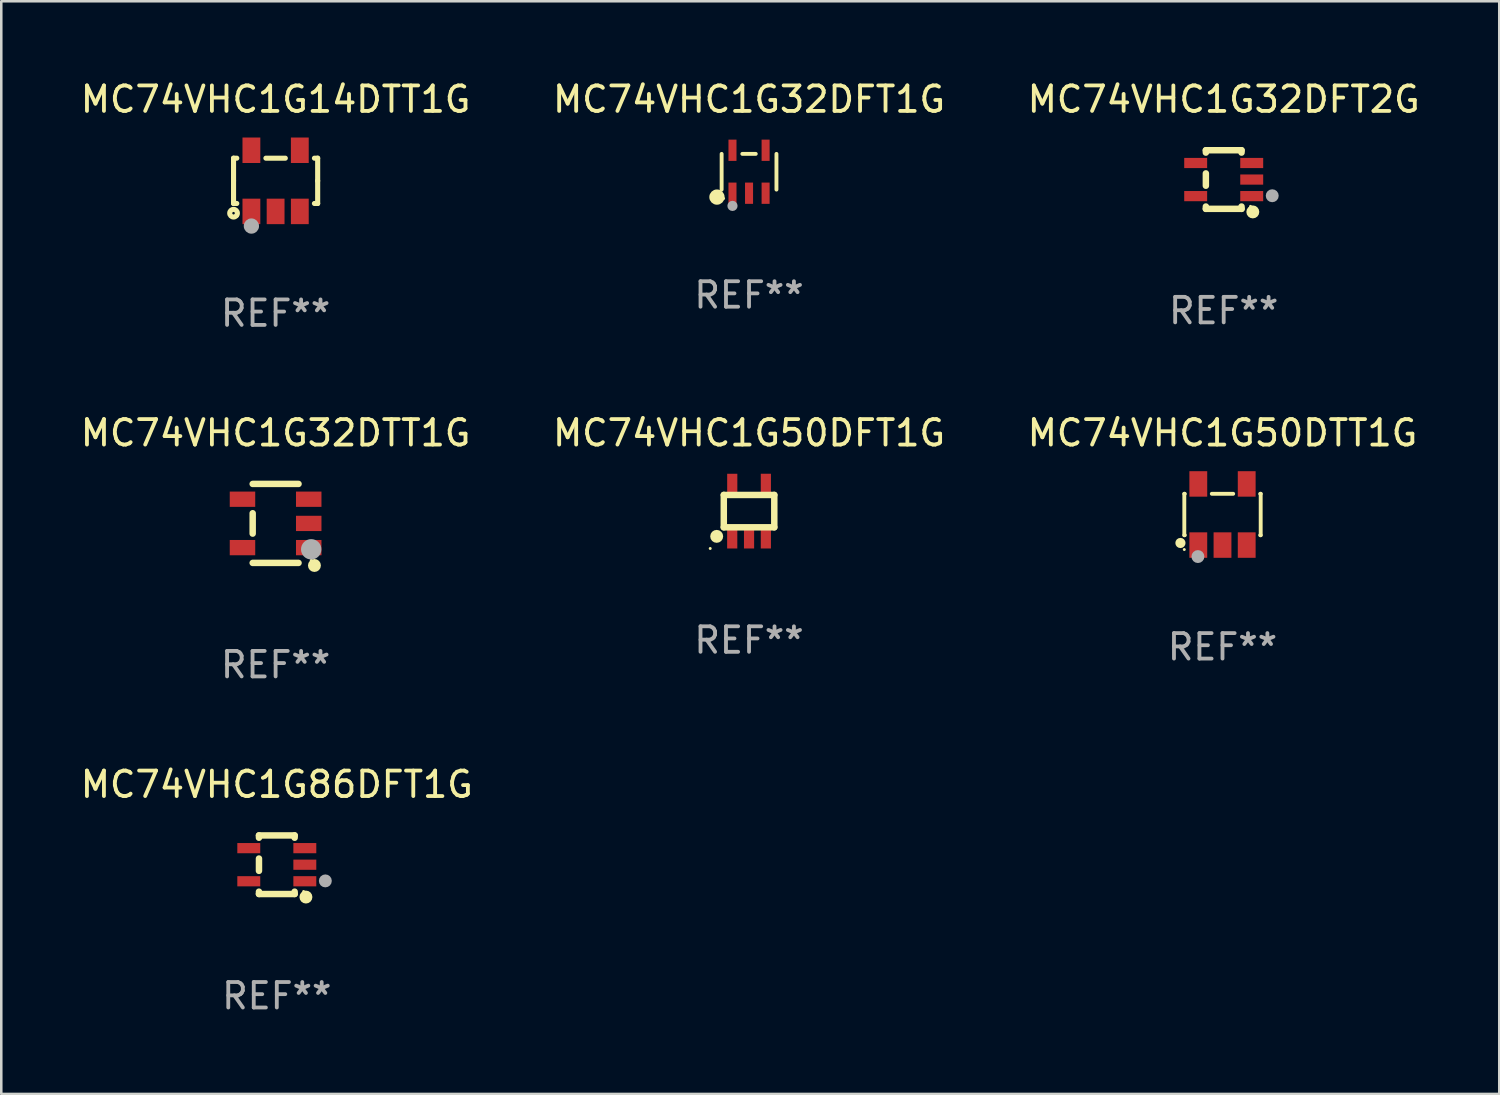
<source format=kicad_pcb>
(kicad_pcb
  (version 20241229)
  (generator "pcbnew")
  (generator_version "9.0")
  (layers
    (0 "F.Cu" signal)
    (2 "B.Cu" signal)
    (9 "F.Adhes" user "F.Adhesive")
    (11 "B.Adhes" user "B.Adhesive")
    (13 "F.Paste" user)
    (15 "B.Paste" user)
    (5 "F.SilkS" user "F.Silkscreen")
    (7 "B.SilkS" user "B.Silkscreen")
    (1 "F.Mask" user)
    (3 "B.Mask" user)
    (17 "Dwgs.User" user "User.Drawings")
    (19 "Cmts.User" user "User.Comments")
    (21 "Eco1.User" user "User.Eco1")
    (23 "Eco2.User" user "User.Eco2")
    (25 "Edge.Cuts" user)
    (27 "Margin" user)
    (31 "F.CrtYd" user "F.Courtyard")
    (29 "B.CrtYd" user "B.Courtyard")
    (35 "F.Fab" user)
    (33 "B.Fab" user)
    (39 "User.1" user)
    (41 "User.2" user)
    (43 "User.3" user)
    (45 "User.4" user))
  (footprint "MC74VHC1G14DTT1G"
    (layer "F.Cu")
    (at 7.768 4.048)
    (property "Reference" "MC74VHC1G14DTT1G" (at 0 -3.2 0) (layer "F.SilkS") (effects (font (size 1 1) (thickness 0.15))))
    (attr through_hole)
    (fp_line (start -1.651 -0.889) (end -1.524 -0.889) (stroke (width 0.2) (type solid)) (layer "F.SilkS"))
    (fp_line (start -1.651 0) (end -1.651 -0.889) (stroke (width 0.2) (type solid)) (layer "F.SilkS"))
    (fp_line (start -1.651 0) (end -1.651 0.889) (stroke (width 0.2) (type solid)) (layer "F.SilkS"))
    (fp_line (start -1.651 0.889) (end -1.524 0.889) (stroke (width 0.2) (type solid)) (layer "F.SilkS"))
    (fp_line (start 0.381 -0.889) (end -0.381 -0.889) (stroke (width 0.2) (type solid)) (layer "F.SilkS"))
    (fp_line (start 1.651 -0.889) (end 1.524 -0.889) (stroke (width 0.2) (type solid)) (layer "F.SilkS"))
    (fp_line (start 1.651 0) (end 1.651 -0.889) (stroke (width 0.2) (type solid)) (layer "F.SilkS"))
    (fp_line (start 1.651 0) (end 1.651 0.889) (stroke (width 0.2) (type solid)) (layer "F.SilkS"))
    (fp_line (start 1.651 0.889) (end 1.524 0.889) (stroke (width 0.2) (type solid)) (layer "F.SilkS"))
    (fp_circle (center -1.651 1.27) (end -1.501 1.27) (stroke (width 0.2) (type solid)) (fill no) (layer "F.SilkS"))
    (fp_circle (center -1.5 1.375) (end -1.47 1.375) (stroke (width 0.06) (type solid)) (fill no) (layer "F.SilkS"))
    (fp_circle (center -0.95 1.775) (end -0.8 1.775) (stroke (width 0.3) (type solid)) (fill no) (layer "F.Fab"))
    (fp_text user "REF**" (at 0 5.2 0) (layer "F.Fab") (effects (font (size 1 1) (thickness 0.15))))
    (pad "1" smd rect (at -0.95 1.2) (size 0.7 1) (layers "F.Cu" "F.Mask" "F.Paste"))
    (pad "2" smd rect (at 0 1.2) (size 0.7 1) (layers "F.Cu" "F.Mask" "F.Paste"))
    (pad "3" smd rect (at 0.95 1.2) (size 0.7 1) (layers "F.Cu" "F.Mask" "F.Paste"))
    (pad "4" smd rect (at 0.95 -1.2) (size 0.7 1) (layers "F.Cu" "F.Mask" "F.Paste"))
    (pad "5" smd rect (at -0.95 -1.2) (size 0.7 1) (layers "F.Cu" "F.Mask" "F.Paste")))
  (footprint "MC74VHC1G86DFT1G"
    (layer "F.Cu")
    (at 7.815 30.891)
    (property "Reference" "MC74VHC1G86DFT1G" (at 0 -3.15 0) (layer "F.SilkS") (effects (font (size 1 1) (thickness 0.15))))
    (attr through_hole)
    (fp_line (start -0.7 -1.15) (end 0.7 -1.15) (stroke (width 0.254) (type solid)) (layer "F.SilkS"))
    (fp_line (start -0.7 -1.058) (end -0.7 -1.15) (stroke (width 0.254) (type solid)) (layer "F.SilkS"))
    (fp_line (start -0.7 0.242) (end -0.7 -0.242) (stroke (width 0.254) (type solid)) (layer "F.SilkS"))
    (fp_line (start -0.7 1.15) (end -0.7 1.058) (stroke (width 0.254) (type solid)) (layer "F.SilkS"))
    (fp_line (start -0.7 1.15) (end 0.7 1.15) (stroke (width 0.254) (type solid)) (layer "F.SilkS"))
    (fp_line (start 0.7 -1.058) (end 0.7 -1.15) (stroke (width 0.254) (type solid)) (layer "F.SilkS"))
    (fp_line (start 0.7 1.15) (end 0.7 1.058) (stroke (width 0.254) (type solid)) (layer "F.SilkS"))
    (fp_circle (center 1.053 1.052) (end 1.083 1.052) (stroke (width 0.06) (type solid)) (fill no) (layer "F.SilkS"))
    (fp_circle (center 1.143 1.27) (end 1.27 1.27) (stroke (width 0.254) (type solid)) (fill no) (layer "F.SilkS"))
    (fp_circle (center 1.905 0.635) (end 2.032 0.635) (stroke (width 0.254) (type solid)) (fill no) (layer "F.Fab"))
    (fp_text user "REF**" (at 0 5.15 0) (layer "F.Fab") (effects (font (size 1 1) (thickness 0.15))))
    (pad "1" smd rect (at 1.1 0.65 90) (size 0.4 0.9) (layers "F.Cu" "F.Mask" "F.Paste"))
    (pad "2" smd rect (at 1.1 0.000076 90) (size 0.4 0.9) (layers "F.Cu" "F.Mask" "F.Paste"))
    (pad "3" smd rect (at 1.1 -0.65 90) (size 0.4 0.9) (layers "F.Cu" "F.Mask" "F.Paste"))
    (pad "4" smd rect (at -1.1 -0.65 90) (size 0.4 0.9) (layers "F.Cu" "F.Mask" "F.Paste"))
    (pad "5" smd rect (at -1.1 0.65 90) (size 0.4 0.9) (layers "F.Cu" "F.Mask" "F.Paste")))
  (footprint "MC74VHC1G32DFT1G"
    (layer "F.Cu")
    (at 26.351 3.691)
    (property "Reference" "MC74VHC1G32DFT1G" (at 0 -2.843 0) (layer "F.SilkS") (effects (font (size 1 1) (thickness 0.15))))
    (attr through_hole)
    (fp_line (start -1.076 0.701) (end -1.076 -0.701) (stroke (width 0.152) (type solid)) (layer "F.SilkS"))
    (fp_line (start 0.264 -0.701) (end -0.264 -0.701) (stroke (width 0.152) (type solid)) (layer "F.SilkS"))
    (fp_line (start 1.076 0.701) (end 1.076 -0.701) (stroke (width 0.152) (type solid)) (layer "F.SilkS"))
    (fp_circle (center -1.26 0.995) (end -1.11 0.995) (stroke (width 0.3) (type solid)) (fill no) (layer "F.SilkS"))
    (fp_circle (center -1 1.05) (end -0.97 1.05) (stroke (width 0.06) (type solid)) (fill no) (layer "F.SilkS"))
    (fp_circle (center -0.65 1.341) (end -0.55 1.341) (stroke (width 0.2) (type solid)) (fill no) (layer "F.Fab"))
    (fp_text user "REF**" (at 0 4.843 0) (layer "F.Fab") (effects (font (size 1 1) (thickness 0.15))))
    (pad "1" smd rect (at -0.65 0.843) (size 0.315 0.835) (layers "F.Cu" "F.Mask" "F.Paste"))
    (pad "2" smd rect (at 0.00014 0.843) (size 0.315 0.835) (layers "F.Cu" "F.Mask" "F.Paste"))
    (pad "3" smd rect (at 0.65 0.843) (size 0.315 0.835) (layers "F.Cu" "F.Mask" "F.Paste"))
    (pad "4" smd rect (at 0.65 -0.843) (size 0.315 0.835) (layers "F.Cu" "F.Mask" "F.Paste"))
    (pad "5" smd rect (at -0.65 -0.843) (size 0.315 0.835) (layers "F.Cu" "F.Mask" "F.Paste")))
  (footprint "MC74VHC1G50DFT1G"
    (layer "F.Cu")
    (at 26.351 17.012)
    (property "Reference" "MC74VHC1G50DFT1G" (at 0 -3.067 0) (layer "F.SilkS") (effects (font (size 1 1) (thickness 0.15))))
    (attr through_hole)
    (fp_line (start -0.991 -0.635) (end 0.991 -0.635) (stroke (width 0.254) (type solid)) (layer "F.SilkS"))
    (fp_line (start -0.991 0.635) (end -0.991 -0.635) (stroke (width 0.254) (type solid)) (layer "F.SilkS"))
    (fp_line (start 0.991 -0.635) (end 0.991 0.635) (stroke (width 0.254) (type solid)) (layer "F.SilkS"))
    (fp_line (start 0.991 0.635) (end -0.991 0.635) (stroke (width 0.254) (type solid)) (layer "F.SilkS"))
    (fp_circle (center -1.524 1.467) (end -1.494 1.467) (stroke (width 0.06) (type solid)) (fill no) (layer "F.SilkS"))
    (fp_circle (center -1.27 0.991) (end -1.143 0.991) (stroke (width 0.254) (type solid)) (fill no) (layer "F.SilkS"))
    (fp_text user "REF**" (at 0 5.067 0) (layer "F.Fab") (effects (font (size 1 1) (thickness 0.15))))
    (pad "1" smd rect (at -0.66 1.067 90) (size 0.8 0.399) (layers "F.Cu" "F.Mask" "F.Paste"))
    (pad "2" smd rect (at 0 1.067 90) (size 0.8 0.399) (layers "F.Cu" "F.Mask" "F.Paste"))
    (pad "3" smd rect (at 0.66 1.067 90) (size 0.8 0.399) (layers "F.Cu" "F.Mask" "F.Paste"))
    (pad "4" smd rect (at 0.66 -1.067 90) (size 0.8 0.399) (layers "F.Cu" "F.Mask" "F.Paste"))
    (pad "5" smd rect (at -0.659 -1.066 90) (size 0.8 0.399) (layers "F.Cu" "F.Mask" "F.Paste")))
  (footprint "MC74VHC1G50DTT1G"
    (layer "F.Cu")
    (at 44.935 17.145)
    (property "Reference" "MC74VHC1G50DTT1G" (at 0 -3.2 0) (layer "F.SilkS") (effects (font (size 1 1) (thickness 0.15))))
    (attr through_hole)
    (fp_line (start -1.499 -0.813) (end -1.48 -0.813) (stroke (width 0.152) (type solid)) (layer "F.SilkS"))
    (fp_line (start -1.499 0.813) (end -1.499 -0.813) (stroke (width 0.152) (type solid)) (layer "F.SilkS"))
    (fp_line (start -1.48 0.813) (end -1.499 0.813) (stroke (width 0.152) (type solid)) (layer "F.SilkS"))
    (fp_line (start -0.42 -0.813) (end 0.42 -0.813) (stroke (width 0.152) (type solid)) (layer "F.SilkS"))
    (fp_line (start 1.48 -0.813) (end 1.499 -0.813) (stroke (width 0.152) (type solid)) (layer "F.SilkS"))
    (fp_line (start 1.499 -0.813) (end 1.499 0.813) (stroke (width 0.152) (type solid)) (layer "F.SilkS"))
    (fp_line (start 1.499 0.813) (end 1.48 0.813) (stroke (width 0.152) (type solid)) (layer "F.SilkS"))
    (fp_circle (center -1.651 1.118) (end -1.551 1.118) (stroke (width 0.2) (type solid)) (fill no) (layer "F.SilkS"))
    (fp_circle (center -1.5 1.375) (end -1.47 1.375) (stroke (width 0.06) (type solid)) (fill no) (layer "F.SilkS"))
    (fp_circle (center -0.965 1.651) (end -0.838 1.651) (stroke (width 0.254) (type solid)) (fill no) (layer "F.Fab"))
    (fp_text user "REF**" (at 0 5.2 0) (layer "F.Fab") (effects (font (size 1 1) (thickness 0.15))))
    (pad "1" smd rect (at -0.95 1.2) (size 0.7 1) (layers "F.Cu" "F.Mask" "F.Paste"))
    (pad "2" smd rect (at 0 1.2) (size 0.7 1) (layers "F.Cu" "F.Mask" "F.Paste"))
    (pad "3" smd rect (at 0.95 1.2) (size 0.7 1) (layers "F.Cu" "F.Mask" "F.Paste"))
    (pad "4" smd rect (at 0.95 -1.2) (size 0.7 1) (layers "F.Cu" "F.Mask" "F.Paste"))
    (pad "5" smd rect (at -0.95 -1.2) (size 0.7 1) (layers "F.Cu" "F.Mask" "F.Paste")))
  (footprint "MC74VHC1G32DTT1G"
    (layer "F.Cu")
    (at 7.768 17.495)
    (property "Reference" "MC74VHC1G32DTT1G" (at 0 -3.55 0) (layer "F.SilkS") (effects (font (size 1 1) (thickness 0.15))))
    (attr through_hole)
    (fp_line (start -0.9 -1.55) (end 0.9 -1.55) (stroke (width 0.254) (type solid)) (layer "F.SilkS"))
    (fp_line (start -0.9 0.4) (end -0.9 -0.4) (stroke (width 0.254) (type solid)) (layer "F.SilkS"))
    (fp_line (start -0.9 1.55) (end 0.9 1.55) (stroke (width 0.254) (type solid)) (layer "F.SilkS"))
    (fp_circle (center 1.4 1.45) (end 1.43 1.45) (stroke (width 0.06) (type solid)) (fill no) (layer "F.SilkS"))
    (fp_circle (center 1.524 1.651) (end 1.651 1.651) (stroke (width 0.254) (type solid)) (fill no) (layer "F.SilkS"))
    (fp_circle (center 1.397 1.016) (end 1.597 1.016) (stroke (width 0.4) (type solid)) (fill no) (layer "F.Fab"))
    (fp_text user "REF**" (at 0 5.55 0) (layer "F.Fab") (effects (font (size 1 1) (thickness 0.15))))
    (pad "1" smd rect (at 1.3 0.95) (size 1 0.6) (layers "F.Cu" "F.Mask" "F.Paste"))
    (pad "2" smd rect (at 1.3 -0.000051) (size 1 0.6) (layers "F.Cu" "F.Mask" "F.Paste"))
    (pad "3" smd rect (at 1.3 -0.95) (size 1 0.6) (layers "F.Cu" "F.Mask" "F.Paste"))
    (pad "4" smd rect (at -1.3 -0.95) (size 1 0.6) (layers "F.Cu" "F.Mask" "F.Paste"))
    (pad "5" smd rect (at -1.3 0.95) (size 1 0.6) (layers "F.Cu" "F.Mask" "F.Paste")))
  (footprint "MC74VHC1G32DFT2G"
    (layer "F.Cu")
    (at 44.982 3.998)
    (property "Reference" "MC74VHC1G32DFT2G" (at 0 -3.15 0) (layer "F.SilkS") (effects (font (size 1 1) (thickness 0.15))))
    (attr through_hole)
    (fp_line (start -0.7 -1.15) (end 0.7 -1.15) (stroke (width 0.254) (type solid)) (layer "F.SilkS"))
    (fp_line (start -0.7 -1.058) (end -0.7 -1.15) (stroke (width 0.254) (type solid)) (layer "F.SilkS"))
    (fp_line (start -0.7 0.242) (end -0.7 -0.242) (stroke (width 0.254) (type solid)) (layer "F.SilkS"))
    (fp_line (start -0.7 1.15) (end -0.7 1.058) (stroke (width 0.254) (type solid)) (layer "F.SilkS"))
    (fp_line (start -0.7 1.15) (end 0.7 1.15) (stroke (width 0.254) (type solid)) (layer "F.SilkS"))
    (fp_line (start 0.7 -1.058) (end 0.7 -1.15) (stroke (width 0.254) (type solid)) (layer "F.SilkS"))
    (fp_line (start 0.7 1.15) (end 0.7 1.058) (stroke (width 0.254) (type solid)) (layer "F.SilkS"))
    (fp_circle (center 1.053 1.052) (end 1.083 1.052) (stroke (width 0.06) (type solid)) (fill no) (layer "F.SilkS"))
    (fp_circle (center 1.143 1.27) (end 1.27 1.27) (stroke (width 0.254) (type solid)) (fill no) (layer "F.SilkS"))
    (fp_circle (center 1.905 0.635) (end 2.032 0.635) (stroke (width 0.254) (type solid)) (fill no) (layer "F.Fab"))
    (fp_text user "REF**" (at 0 5.15 0) (layer "F.Fab") (effects (font (size 1 1) (thickness 0.15))))
    (pad "1" smd rect (at 1.1 0.65 90) (size 0.4 0.9) (layers "F.Cu" "F.Mask" "F.Paste"))
    (pad "2" smd rect (at 1.1 0.000076 90) (size 0.4 0.9) (layers "F.Cu" "F.Mask" "F.Paste"))
    (pad "3" smd rect (at 1.1 -0.65 90) (size 0.4 0.9) (layers "F.Cu" "F.Mask" "F.Paste"))
    (pad "4" smd rect (at -1.1 -0.65 90) (size 0.4 0.9) (layers "F.Cu" "F.Mask" "F.Paste"))
    (pad "5" smd rect (at -1.1 0.65 90) (size 0.4 0.9) (layers "F.Cu" "F.Mask" "F.Paste")))
  (gr_rect
    (start -3 -3)
    (end 55.798 39.89)
    (stroke (width 0.1) (type default))
    (fill no)
    (layer "Edge.Cuts")))
</source>
